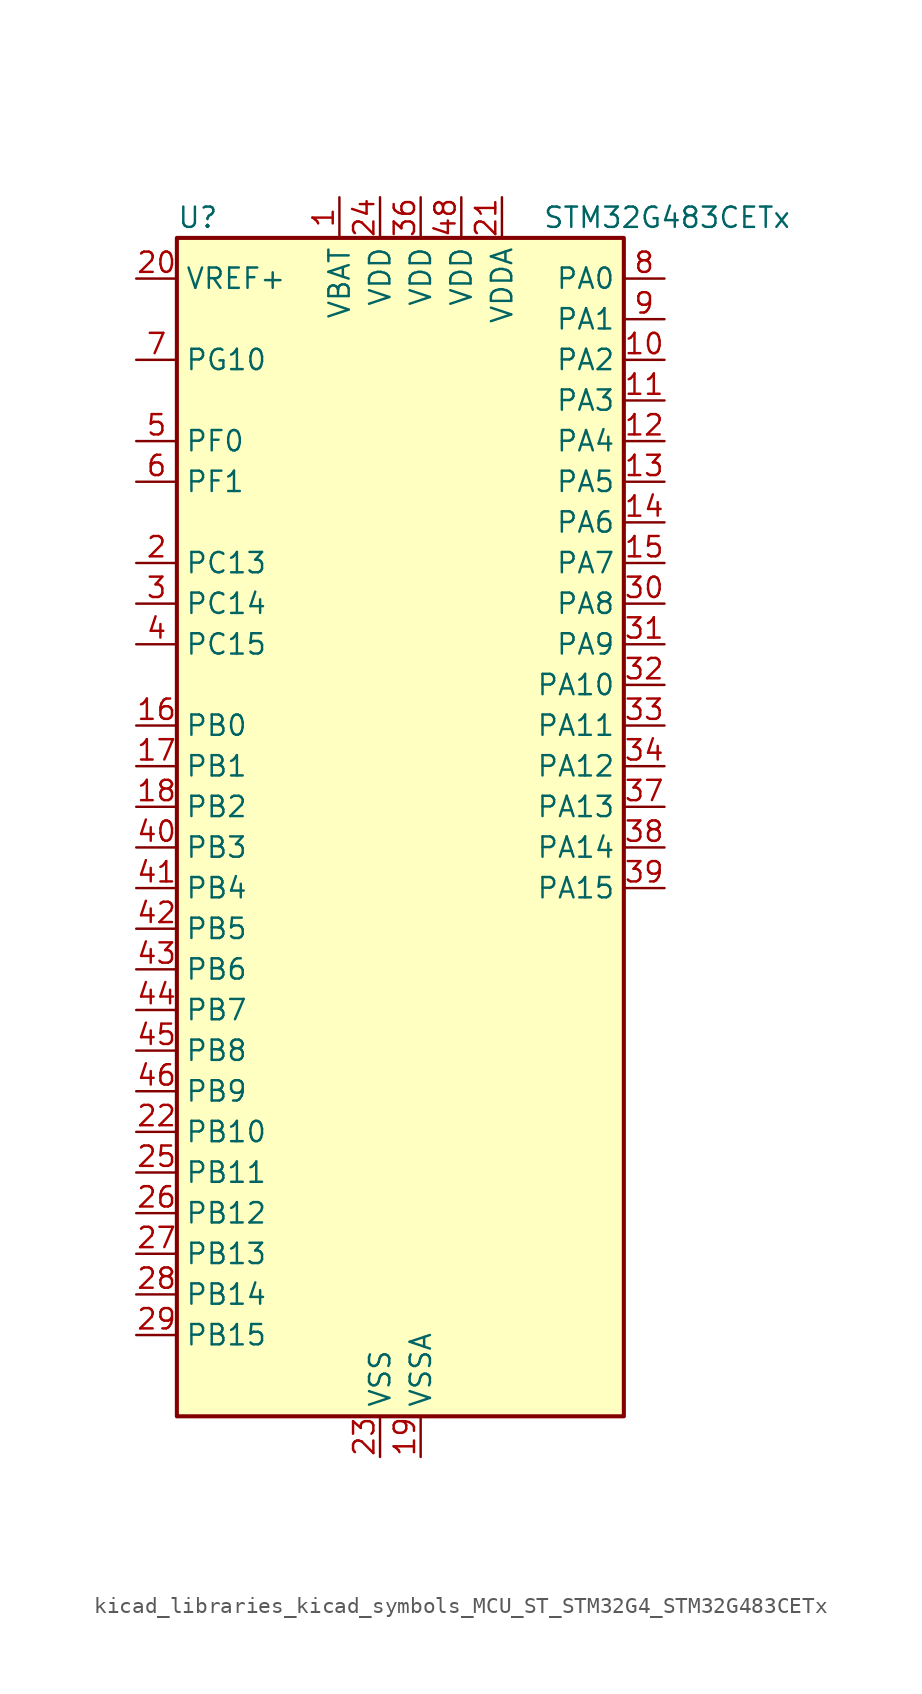
<source format=kicad_sym>
(kicad_symbol_lib
  (version 20220914)
  (generator kicad_symbol_editor)
  (symbol "kicad_libraries_kicad_symbols_MCU_ST_STM32G4_STM32G483CETx"
    (property "Reference" "U"
      (at -12.7 39.37 0)
      (effects (font (size 1.27 1.27)) (justify left)))
    (property "Value" "STM32G483CETx"
      (at 10.16 39.37 0)
      (effects (font (size 1.27 1.27)) (justify left)))
    (property "ki_locked" ""
      (at 0 0 0)
      (effects (font (size 1.27 1.27))))
    (symbol "kicad_libraries_kicad_symbols_MCU_ST_STM32G4_STM32G483CETx_0_1"
      (rectangle (start -12.7 -35.56) (end 15.24 38.1) (stroke (width 0.254) (type default)) (fill (type background))))
    (symbol "kicad_libraries_kicad_symbols_MCU_ST_STM32G4_STM32G483CETx_1_1"
      (pin power_in line (at -2.54 40.64 270) (length 2.54) (name "VBAT" (effects (font (size 1.27 1.27)))) (number "1" (effects (font (size 1.27 1.27)))))
      (pin bidirectional line (at 17.78 30.48 180) (length 2.54) (name "PA2" (effects (font (size 1.27 1.27)))) (number "10" (effects (font (size 1.27 1.27)))) (alternate "ADC1_IN3" bidirectional line) (alternate "ADC3_EXTI2" bidirectional line) (alternate "ADC4_EXTI2" bidirectional line) (alternate "ADC5_EXTI2" bidirectional line) (alternate "COMP2_INM" bidirectional line) (alternate "COMP2_OUT" bidirectional line) (alternate "LPUART1_TX" bidirectional line) (alternate "OPAMP1_VOUT" bidirectional line) (alternate "QUADSPI1_BK1_NCS" bidirectional line) (alternate "RCC_LSCO" bidirectional line) (alternate "SYS_WKUP4" bidirectional line) (alternate "TIM15_CH1" bidirectional line) (alternate "TIM2_CH3" bidirectional line) (alternate "TIM5_CH3" bidirectional line) (alternate "UCPD1_FRSTX1" bidirectional line) (alternate "UCPD1_FRSTX2" bidirectional line) (alternate "USART2_TX" bidirectional line))
      (pin bidirectional line (at 17.78 27.94 180) (length 2.54) (name "PA3" (effects (font (size 1.27 1.27)))) (number "11" (effects (font (size 1.27 1.27)))) (alternate "ADC1_IN4" bidirectional line) (alternate "ADC3_EXTI3" bidirectional line) (alternate "ADC4_EXTI3" bidirectional line) (alternate "ADC5_EXTI3" bidirectional line) (alternate "COMP2_INP" bidirectional line) (alternate "LPUART1_RX" bidirectional line) (alternate "OPAMP1_VINM" bidirectional line) (alternate "OPAMP1_VINM0" bidirectional line) (alternate "OPAMP1_VINM_SEC" bidirectional line) (alternate "OPAMP1_VINP" bidirectional line) (alternate "OPAMP1_VINP_SEC" bidirectional line) (alternate "OPAMP5_VINM" bidirectional line) (alternate "OPAMP5_VINM1" bidirectional line) (alternate "OPAMP5_VINM_SEC" bidirectional line) (alternate "QUADSPI1_CLK" bidirectional line) (alternate "SAI1_CK1" bidirectional line) (alternate "SAI1_MCLK_A" bidirectional line) (alternate "TIM15_CH2" bidirectional line) (alternate "TIM2_CH4" bidirectional line) (alternate "TIM5_CH4" bidirectional line) (alternate "USART2_RX" bidirectional line))
      (pin bidirectional line (at 17.78 25.4 180) (length 2.54) (name "PA4" (effects (font (size 1.27 1.27)))) (number "12" (effects (font (size 1.27 1.27)))) (alternate "ADC2_IN17" bidirectional line) (alternate "COMP1_INM" bidirectional line) (alternate "DAC1_OUT1" bidirectional line) (alternate "I2S3_WS" bidirectional line) (alternate "SAI1_FS_B" bidirectional line) (alternate "SPI1_NSS" bidirectional line) (alternate "SPI3_NSS" bidirectional line) (alternate "TIM3_CH2" bidirectional line) (alternate "USART2_CK" bidirectional line))
      (pin bidirectional line (at 17.78 22.86 180) (length 2.54) (name "PA5" (effects (font (size 1.27 1.27)))) (number "13" (effects (font (size 1.27 1.27)))) (alternate "ADC2_IN13" bidirectional line) (alternate "COMP2_INM" bidirectional line) (alternate "DAC1_OUT2" bidirectional line) (alternate "OPAMP2_VINM" bidirectional line) (alternate "OPAMP2_VINM0" bidirectional line) (alternate "OPAMP2_VINM_SEC" bidirectional line) (alternate "SPI1_SCK" bidirectional line) (alternate "TIM2_CH1" bidirectional line) (alternate "TIM2_ETR" bidirectional line) (alternate "UCPD1_FRSTX1" bidirectional line) (alternate "UCPD1_FRSTX2" bidirectional line))
      (pin bidirectional line (at 17.78 20.32 180) (length 2.54) (name "PA6" (effects (font (size 1.27 1.27)))) (number "14" (effects (font (size 1.27 1.27)))) (alternate "ADC2_IN3" bidirectional line) (alternate "COMP1_OUT" bidirectional line) (alternate "DAC2_OUT1" bidirectional line) (alternate "LPUART1_CTS" bidirectional line) (alternate "OPAMP2_VOUT" bidirectional line) (alternate "QUADSPI1_BK1_IO3" bidirectional line) (alternate "SPI1_MISO" bidirectional line) (alternate "TIM16_CH1" bidirectional line) (alternate "TIM1_BKIN" bidirectional line) (alternate "TIM3_CH1" bidirectional line) (alternate "TIM8_BKIN" bidirectional line))
      (pin bidirectional line (at 17.78 17.78 180) (length 2.54) (name "PA7" (effects (font (size 1.27 1.27)))) (number "15" (effects (font (size 1.27 1.27)))) (alternate "ADC2_IN4" bidirectional line) (alternate "COMP2_INP" bidirectional line) (alternate "COMP2_OUT" bidirectional line) (alternate "OPAMP1_VINP" bidirectional line) (alternate "OPAMP1_VINP_SEC" bidirectional line) (alternate "OPAMP2_VINP" bidirectional line) (alternate "OPAMP2_VINP_SEC" bidirectional line) (alternate "QUADSPI1_BK1_IO2" bidirectional line) (alternate "SPI1_MOSI" bidirectional line) (alternate "TIM17_CH1" bidirectional line) (alternate "TIM1_CH1N" bidirectional line) (alternate "TIM3_CH2" bidirectional line) (alternate "TIM8_CH1N" bidirectional line) (alternate "UCPD1_FRSTX1" bidirectional line) (alternate "UCPD1_FRSTX2" bidirectional line))
      (pin bidirectional line (at -15.24 7.62 0) (length 2.54) (name "PB0" (effects (font (size 1.27 1.27)))) (number "16" (effects (font (size 1.27 1.27)))) (alternate "ADC1_IN15" bidirectional line) (alternate "ADC3_IN12" bidirectional line) (alternate "COMP4_INP" bidirectional line) (alternate "OPAMP2_VINP" bidirectional line) (alternate "OPAMP2_VINP_SEC" bidirectional line) (alternate "OPAMP3_VINP" bidirectional line) (alternate "OPAMP3_VINP_SEC" bidirectional line) (alternate "QUADSPI1_BK1_IO1" bidirectional line) (alternate "TIM1_CH2N" bidirectional line) (alternate "TIM3_CH3" bidirectional line) (alternate "TIM8_CH2N" bidirectional line) (alternate "UCPD1_FRSTX1" bidirectional line) (alternate "UCPD1_FRSTX2" bidirectional line))
      (pin bidirectional line (at -15.24 5.08 0) (length 2.54) (name "PB1" (effects (font (size 1.27 1.27)))) (number "17" (effects (font (size 1.27 1.27)))) (alternate "ADC1_IN12" bidirectional line) (alternate "ADC3_IN1" bidirectional line) (alternate "COMP1_INP" bidirectional line) (alternate "COMP4_OUT" bidirectional line) (alternate "LPUART1_DE" bidirectional line) (alternate "LPUART1_RTS" bidirectional line) (alternate "OPAMP3_VOUT" bidirectional line) (alternate "OPAMP6_VINM" bidirectional line) (alternate "OPAMP6_VINM1" bidirectional line) (alternate "OPAMP6_VINM_SEC" bidirectional line) (alternate "QUADSPI1_BK1_IO0" bidirectional line) (alternate "TIM1_CH3N" bidirectional line) (alternate "TIM3_CH4" bidirectional line) (alternate "TIM8_CH3N" bidirectional line))
      (pin bidirectional line (at -15.24 2.54 0) (length 2.54) (name "PB2" (effects (font (size 1.27 1.27)))) (number "18" (effects (font (size 1.27 1.27)))) (alternate "ADC2_IN12" bidirectional line) (alternate "ADC3_EXTI2" bidirectional line) (alternate "ADC4_EXTI2" bidirectional line) (alternate "ADC5_EXTI2" bidirectional line) (alternate "COMP4_INM" bidirectional line) (alternate "I2C3_SMBA" bidirectional line) (alternate "LPTIM1_OUT" bidirectional line) (alternate "OPAMP3_VINM" bidirectional line) (alternate "OPAMP3_VINM0" bidirectional line) (alternate "OPAMP3_VINM_SEC" bidirectional line) (alternate "QUADSPI1_BK2_IO1" bidirectional line) (alternate "RTC_OUT2" bidirectional line) (alternate "TIM20_CH1" bidirectional line) (alternate "TIM5_CH1" bidirectional line))
      (pin power_in line (at 2.54 -38.1 90) (length 2.54) (name "VSSA" (effects (font (size 1.27 1.27)))) (number "19" (effects (font (size 1.27 1.27)))))
      (pin bidirectional line (at -15.24 17.78 0) (length 2.54) (name "PC13" (effects (font (size 1.27 1.27)))) (number "2" (effects (font (size 1.27 1.27)))) (alternate "RTC_OUT1" bidirectional line) (alternate "RTC_TAMP1" bidirectional line) (alternate "RTC_TS" bidirectional line) (alternate "SYS_WKUP2" bidirectional line) (alternate "TIM1_BKIN" bidirectional line) (alternate "TIM1_CH1N" bidirectional line) (alternate "TIM8_CH4N" bidirectional line))
      (pin input line (at -15.24 35.56 0) (length 2.54) (name "VREF+" (effects (font (size 1.27 1.27)))) (number "20" (effects (font (size 1.27 1.27)))) (alternate "VREFBUF_OUT" bidirectional line))
      (pin power_in line (at 7.62 40.64 270) (length 2.54) (name "VDDA" (effects (font (size 1.27 1.27)))) (number "21" (effects (font (size 1.27 1.27)))))
      (pin bidirectional line (at -15.24 -17.78 0) (length 2.54) (name "PB10" (effects (font (size 1.27 1.27)))) (number "22" (effects (font (size 1.27 1.27)))) (alternate "COMP5_INM" bidirectional line) (alternate "DAC1_EXTI10" bidirectional line) (alternate "DAC2_EXTI10" bidirectional line) (alternate "DAC3_EXTI10" bidirectional line) (alternate "DAC4_EXTI10" bidirectional line) (alternate "LPUART1_RX" bidirectional line) (alternate "OPAMP3_VINM" bidirectional line) (alternate "OPAMP3_VINM1" bidirectional line) (alternate "OPAMP3_VINM_SEC" bidirectional line) (alternate "OPAMP4_VINM" bidirectional line) (alternate "OPAMP4_VINM0" bidirectional line) (alternate "OPAMP4_VINM_SEC" bidirectional line) (alternate "QUADSPI1_CLK" bidirectional line) (alternate "SAI1_SCK_A" bidirectional line) (alternate "TIM1_BKIN" bidirectional line) (alternate "TIM2_CH3" bidirectional line) (alternate "USART3_TX" bidirectional line))
      (pin power_in line (at 0 -38.1 90) (length 2.54) (name "VSS" (effects (font (size 1.27 1.27)))) (number "23" (effects (font (size 1.27 1.27)))))
      (pin power_in line (at 0 40.64 270) (length 2.54) (name "VDD" (effects (font (size 1.27 1.27)))) (number "24" (effects (font (size 1.27 1.27)))))
      (pin bidirectional line (at -15.24 -20.32 0) (length 2.54) (name "PB11" (effects (font (size 1.27 1.27)))) (number "25" (effects (font (size 1.27 1.27)))) (alternate "ADC1_EXTI11" bidirectional line) (alternate "ADC1_IN14" bidirectional line) (alternate "ADC2_EXTI11" bidirectional line) (alternate "ADC2_IN14" bidirectional line) (alternate "COMP6_INP" bidirectional line) (alternate "LPUART1_TX" bidirectional line) (alternate "OPAMP4_VINP" bidirectional line) (alternate "OPAMP4_VINP_SEC" bidirectional line) (alternate "OPAMP6_VOUT" bidirectional line) (alternate "QUADSPI1_BK1_NCS" bidirectional line) (alternate "TIM2_CH4" bidirectional line) (alternate "USART3_RX" bidirectional line))
      (pin bidirectional line (at -15.24 -22.86 0) (length 2.54) (name "PB12" (effects (font (size 1.27 1.27)))) (number "26" (effects (font (size 1.27 1.27)))) (alternate "ADC1_IN11" bidirectional line) (alternate "ADC4_IN3" bidirectional line) (alternate "COMP7_INM" bidirectional line) (alternate "FDCAN2_RX" bidirectional line) (alternate "I2C2_SMBA" bidirectional line) (alternate "I2S2_WS" bidirectional line) (alternate "LPUART1_DE" bidirectional line) (alternate "LPUART1_RTS" bidirectional line) (alternate "OPAMP4_VOUT" bidirectional line) (alternate "OPAMP6_VINP" bidirectional line) (alternate "OPAMP6_VINP_SEC" bidirectional line) (alternate "SPI2_NSS" bidirectional line) (alternate "TIM1_BKIN" bidirectional line) (alternate "TIM5_ETR" bidirectional line) (alternate "USART3_CK" bidirectional line))
      (pin bidirectional line (at -15.24 -25.4 0) (length 2.54) (name "PB13" (effects (font (size 1.27 1.27)))) (number "27" (effects (font (size 1.27 1.27)))) (alternate "ADC3_IN5" bidirectional line) (alternate "COMP5_INP" bidirectional line) (alternate "FDCAN2_TX" bidirectional line) (alternate "I2S2_CK" bidirectional line) (alternate "LPUART1_CTS" bidirectional line) (alternate "OPAMP3_VINP" bidirectional line) (alternate "OPAMP3_VINP_SEC" bidirectional line) (alternate "OPAMP4_VINP" bidirectional line) (alternate "OPAMP4_VINP_SEC" bidirectional line) (alternate "OPAMP6_VINP" bidirectional line) (alternate "OPAMP6_VINP_SEC" bidirectional line) (alternate "SPI2_SCK" bidirectional line) (alternate "TIM1_CH1N" bidirectional line) (alternate "USART3_CTS" bidirectional line) (alternate "USART3_NSS" bidirectional line))
      (pin bidirectional line (at -15.24 -27.94 0) (length 2.54) (name "PB14" (effects (font (size 1.27 1.27)))) (number "28" (effects (font (size 1.27 1.27)))) (alternate "ADC1_IN5" bidirectional line) (alternate "ADC4_IN4" bidirectional line) (alternate "COMP4_OUT" bidirectional line) (alternate "COMP7_INP" bidirectional line) (alternate "OPAMP2_VINP" bidirectional line) (alternate "OPAMP2_VINP_SEC" bidirectional line) (alternate "OPAMP5_VINP" bidirectional line) (alternate "OPAMP5_VINP_SEC" bidirectional line) (alternate "SPI2_MISO" bidirectional line) (alternate "TIM15_CH1" bidirectional line) (alternate "TIM1_CH2N" bidirectional line) (alternate "USART3_DE" bidirectional line) (alternate "USART3_RTS" bidirectional line))
      (pin bidirectional line (at -15.24 -30.48 0) (length 2.54) (name "PB15" (effects (font (size 1.27 1.27)))) (number "29" (effects (font (size 1.27 1.27)))) (alternate "ADC1_EXTI15" bidirectional line) (alternate "ADC2_EXTI15" bidirectional line) (alternate "ADC2_IN15" bidirectional line) (alternate "ADC4_IN5" bidirectional line) (alternate "COMP3_OUT" bidirectional line) (alternate "COMP6_INM" bidirectional line) (alternate "I2S2_SD" bidirectional line) (alternate "OPAMP5_VINM" bidirectional line) (alternate "OPAMP5_VINM0" bidirectional line) (alternate "OPAMP5_VINM_SEC" bidirectional line) (alternate "RTC_REFIN" bidirectional line) (alternate "SPI2_MOSI" bidirectional line) (alternate "TIM15_CH1N" bidirectional line) (alternate "TIM15_CH2" bidirectional line) (alternate "TIM1_CH3N" bidirectional line))
      (pin bidirectional line (at -15.24 15.24 0) (length 2.54) (name "PC14" (effects (font (size 1.27 1.27)))) (number "3" (effects (font (size 1.27 1.27)))) (alternate "RCC_OSC32_IN" bidirectional line))
      (pin bidirectional line (at 17.78 15.24 180) (length 2.54) (name "PA8" (effects (font (size 1.27 1.27)))) (number "30" (effects (font (size 1.27 1.27)))) (alternate "ADC5_IN1" bidirectional line) (alternate "COMP7_OUT" bidirectional line) (alternate "FDCAN3_RX" bidirectional line) (alternate "I2C2_SDA" bidirectional line) (alternate "I2C3_SCL" bidirectional line) (alternate "I2S2_MCK" bidirectional line) (alternate "OPAMP5_VOUT" bidirectional line) (alternate "RCC_MCO" bidirectional line) (alternate "SAI1_CK2" bidirectional line) (alternate "SAI1_SCK_A" bidirectional line) (alternate "TIM1_CH1" bidirectional line) (alternate "TIM4_ETR" bidirectional line) (alternate "USART1_CK" bidirectional line))
      (pin bidirectional line (at 17.78 12.7 180) (length 2.54) (name "PA9" (effects (font (size 1.27 1.27)))) (number "31" (effects (font (size 1.27 1.27)))) (alternate "ADC5_IN2" bidirectional line) (alternate "COMP5_OUT" bidirectional line) (alternate "DAC1_EXTI9" bidirectional line) (alternate "DAC2_EXTI9" bidirectional line) (alternate "DAC3_EXTI9" bidirectional line) (alternate "DAC4_EXTI9" bidirectional line) (alternate "I2C2_SCL" bidirectional line) (alternate "I2C3_SMBA" bidirectional line) (alternate "I2S3_MCK" bidirectional line) (alternate "SAI1_FS_A" bidirectional line) (alternate "TIM15_BKIN" bidirectional line) (alternate "TIM1_CH2" bidirectional line) (alternate "TIM2_CH3" bidirectional line) (alternate "UCPD1_DBCC1" bidirectional line) (alternate "USART1_TX" bidirectional line))
      (pin bidirectional line (at 17.78 10.16 180) (length 2.54) (name "PA10" (effects (font (size 1.27 1.27)))) (number "32" (effects (font (size 1.27 1.27)))) (alternate "COMP6_OUT" bidirectional line) (alternate "CRS_SYNC" bidirectional line) (alternate "DAC1_EXTI10" bidirectional line) (alternate "DAC2_EXTI10" bidirectional line) (alternate "DAC3_EXTI10" bidirectional line) (alternate "DAC4_EXTI10" bidirectional line) (alternate "I2C2_SMBA" bidirectional line) (alternate "SAI1_D1" bidirectional line) (alternate "SAI1_SD_A" bidirectional line) (alternate "SPI2_MISO" bidirectional line) (alternate "TIM17_BKIN" bidirectional line) (alternate "TIM1_CH3" bidirectional line) (alternate "TIM2_CH4" bidirectional line) (alternate "TIM8_BKIN" bidirectional line) (alternate "UCPD1_DBCC2" bidirectional line) (alternate "USART1_RX" bidirectional line))
      (pin bidirectional line (at 17.78 7.62 180) (length 2.54) (name "PA11" (effects (font (size 1.27 1.27)))) (number "33" (effects (font (size 1.27 1.27)))) (alternate "ADC1_EXTI11" bidirectional line) (alternate "ADC2_EXTI11" bidirectional line) (alternate "COMP1_OUT" bidirectional line) (alternate "FDCAN1_RX" bidirectional line) (alternate "I2S2_SD" bidirectional line) (alternate "SPI2_MOSI" bidirectional line) (alternate "TIM1_BKIN2" bidirectional line) (alternate "TIM1_CH1N" bidirectional line) (alternate "TIM1_CH4" bidirectional line) (alternate "TIM4_CH1" bidirectional line) (alternate "USART1_CTS" bidirectional line) (alternate "USART1_NSS" bidirectional line) (alternate "USB_DM" bidirectional line))
      (pin bidirectional line (at 17.78 5.08 180) (length 2.54) (name "PA12" (effects (font (size 1.27 1.27)))) (number "34" (effects (font (size 1.27 1.27)))) (alternate "COMP2_OUT" bidirectional line) (alternate "FDCAN1_TX" bidirectional line) (alternate "I2S_CKIN" bidirectional line) (alternate "TIM16_CH1" bidirectional line) (alternate "TIM1_CH2N" bidirectional line) (alternate "TIM1_ETR" bidirectional line) (alternate "TIM4_CH2" bidirectional line) (alternate "USART1_DE" bidirectional line) (alternate "USART1_RTS" bidirectional line) (alternate "USB_DP" bidirectional line))
      (pin passive line (at 0 -38.1 90) (length 2.54) hide (name "VSS" (effects (font (size 1.27 1.27)))) (number "35" (effects (font (size 1.27 1.27)))))
      (pin power_in line (at 2.54 40.64 270) (length 2.54) (name "VDD" (effects (font (size 1.27 1.27)))) (number "36" (effects (font (size 1.27 1.27)))))
      (pin bidirectional line (at 17.78 2.54 180) (length 2.54) (name "PA13" (effects (font (size 1.27 1.27)))) (number "37" (effects (font (size 1.27 1.27)))) (alternate "I2C1_SCL" bidirectional line) (alternate "I2C4_SCL" bidirectional line) (alternate "IR_OUT" bidirectional line) (alternate "SAI1_SD_B" bidirectional line) (alternate "SYS_JTMS-SWDIO" bidirectional line) (alternate "TIM16_CH1N" bidirectional line) (alternate "TIM4_CH3" bidirectional line) (alternate "USART3_CTS" bidirectional line) (alternate "USART3_NSS" bidirectional line))
      (pin bidirectional line (at 17.78 0 180) (length 2.54) (name "PA14" (effects (font (size 1.27 1.27)))) (number "38" (effects (font (size 1.27 1.27)))) (alternate "I2C1_SDA" bidirectional line) (alternate "I2C4_SMBA" bidirectional line) (alternate "LPTIM1_OUT" bidirectional line) (alternate "SAI1_FS_B" bidirectional line) (alternate "SYS_JTCK-SWCLK" bidirectional line) (alternate "TIM1_BKIN" bidirectional line) (alternate "TIM8_CH2" bidirectional line) (alternate "USART2_TX" bidirectional line))
      (pin bidirectional line (at 17.78 -2.54 180) (length 2.54) (name "PA15" (effects (font (size 1.27 1.27)))) (number "39" (effects (font (size 1.27 1.27)))) (alternate "ADC1_EXTI15" bidirectional line) (alternate "ADC2_EXTI15" bidirectional line) (alternate "FDCAN3_TX" bidirectional line) (alternate "I2C1_SCL" bidirectional line) (alternate "I2S3_WS" bidirectional line) (alternate "SPI1_NSS" bidirectional line) (alternate "SPI3_NSS" bidirectional line) (alternate "SYS_JTDI" bidirectional line) (alternate "TIM1_BKIN" bidirectional line) (alternate "TIM2_CH1" bidirectional line) (alternate "TIM2_ETR" bidirectional line) (alternate "TIM8_CH1" bidirectional line) (alternate "USART2_RX" bidirectional line))
      (pin bidirectional line (at -15.24 12.7 0) (length 2.54) (name "PC15" (effects (font (size 1.27 1.27)))) (number "4" (effects (font (size 1.27 1.27)))) (alternate "ADC1_EXTI15" bidirectional line) (alternate "ADC2_EXTI15" bidirectional line) (alternate "RCC_OSC32_OUT" bidirectional line))
      (pin bidirectional line (at -15.24 0 0) (length 2.54) (name "PB3" (effects (font (size 1.27 1.27)))) (number "40" (effects (font (size 1.27 1.27)))) (alternate "ADC3_EXTI3" bidirectional line) (alternate "ADC4_EXTI3" bidirectional line) (alternate "ADC5_EXTI3" bidirectional line) (alternate "CRS_SYNC" bidirectional line) (alternate "FDCAN3_RX" bidirectional line) (alternate "I2S3_CK" bidirectional line) (alternate "SAI1_SCK_B" bidirectional line) (alternate "SPI1_SCK" bidirectional line) (alternate "SPI3_SCK" bidirectional line) (alternate "SYS_JTDO-SWO" bidirectional line) (alternate "TIM2_CH2" bidirectional line) (alternate "TIM3_ETR" bidirectional line) (alternate "TIM4_ETR" bidirectional line) (alternate "TIM8_CH1N" bidirectional line) (alternate "USART2_TX" bidirectional line))
      (pin bidirectional line (at -15.24 -2.54 0) (length 2.54) (name "PB4" (effects (font (size 1.27 1.27)))) (number "41" (effects (font (size 1.27 1.27)))) (alternate "FDCAN3_TX" bidirectional line) (alternate "SAI1_MCLK_B" bidirectional line) (alternate "SPI1_MISO" bidirectional line) (alternate "SPI3_MISO" bidirectional line) (alternate "SYS_JTRST" bidirectional line) (alternate "TIM16_CH1" bidirectional line) (alternate "TIM17_BKIN" bidirectional line) (alternate "TIM3_CH1" bidirectional line) (alternate "TIM8_CH2N" bidirectional line) (alternate "UCPD1_CC2" bidirectional line) (alternate "USART2_RX" bidirectional line))
      (pin bidirectional line (at -15.24 -5.08 0) (length 2.54) (name "PB5" (effects (font (size 1.27 1.27)))) (number "42" (effects (font (size 1.27 1.27)))) (alternate "FDCAN2_RX" bidirectional line) (alternate "I2C1_SMBA" bidirectional line) (alternate "I2C3_SDA" bidirectional line) (alternate "I2S3_SD" bidirectional line) (alternate "LPTIM1_IN1" bidirectional line) (alternate "SAI1_SD_B" bidirectional line) (alternate "SPI1_MOSI" bidirectional line) (alternate "SPI3_MOSI" bidirectional line) (alternate "TIM16_BKIN" bidirectional line) (alternate "TIM17_CH1" bidirectional line) (alternate "TIM3_CH2" bidirectional line) (alternate "TIM8_CH3N" bidirectional line) (alternate "USART2_CK" bidirectional line))
      (pin bidirectional line (at -15.24 -7.62 0) (length 2.54) (name "PB6" (effects (font (size 1.27 1.27)))) (number "43" (effects (font (size 1.27 1.27)))) (alternate "COMP4_OUT" bidirectional line) (alternate "FDCAN2_TX" bidirectional line) (alternate "LPTIM1_ETR" bidirectional line) (alternate "SAI1_FS_B" bidirectional line) (alternate "TIM16_CH1N" bidirectional line) (alternate "TIM4_CH1" bidirectional line) (alternate "TIM8_BKIN2" bidirectional line) (alternate "TIM8_CH1" bidirectional line) (alternate "TIM8_ETR" bidirectional line) (alternate "UCPD1_CC1" bidirectional line) (alternate "USART1_TX" bidirectional line))
      (pin bidirectional line (at -15.24 -10.16 0) (length 2.54) (name "PB7" (effects (font (size 1.27 1.27)))) (number "44" (effects (font (size 1.27 1.27)))) (alternate "COMP3_OUT" bidirectional line) (alternate "I2C1_SDA" bidirectional line) (alternate "I2C4_SDA" bidirectional line) (alternate "LPTIM1_IN2" bidirectional line) (alternate "SYS_PVD_IN" bidirectional line) (alternate "TIM17_CH1N" bidirectional line) (alternate "TIM3_CH4" bidirectional line) (alternate "TIM4_CH2" bidirectional line) (alternate "TIM8_BKIN" bidirectional line) (alternate "USART1_RX" bidirectional line))
      (pin bidirectional line (at -15.24 -12.7 0) (length 2.54) (name "PB8" (effects (font (size 1.27 1.27)))) (number "45" (effects (font (size 1.27 1.27)))) (alternate "COMP1_OUT" bidirectional line) (alternate "FDCAN1_RX" bidirectional line) (alternate "I2C1_SCL" bidirectional line) (alternate "SAI1_CK1" bidirectional line) (alternate "SAI1_MCLK_A" bidirectional line) (alternate "TIM16_CH1" bidirectional line) (alternate "TIM1_BKIN" bidirectional line) (alternate "TIM4_CH3" bidirectional line) (alternate "TIM8_CH2" bidirectional line) (alternate "USART3_RX" bidirectional line))
      (pin bidirectional line (at -15.24 -15.24 0) (length 2.54) (name "PB9" (effects (font (size 1.27 1.27)))) (number "46" (effects (font (size 1.27 1.27)))) (alternate "COMP2_OUT" bidirectional line) (alternate "DAC1_EXTI9" bidirectional line) (alternate "DAC2_EXTI9" bidirectional line) (alternate "DAC3_EXTI9" bidirectional line) (alternate "DAC4_EXTI9" bidirectional line) (alternate "FDCAN1_TX" bidirectional line) (alternate "I2C1_SDA" bidirectional line) (alternate "IR_OUT" bidirectional line) (alternate "SAI1_D2" bidirectional line) (alternate "SAI1_FS_A" bidirectional line) (alternate "TIM17_CH1" bidirectional line) (alternate "TIM1_CH3N" bidirectional line) (alternate "TIM4_CH4" bidirectional line) (alternate "TIM8_CH3" bidirectional line) (alternate "USART3_TX" bidirectional line))
      (pin passive line (at 0 -38.1 90) (length 2.54) hide (name "VSS" (effects (font (size 1.27 1.27)))) (number "47" (effects (font (size 1.27 1.27)))))
      (pin power_in line (at 5.08 40.64 270) (length 2.54) (name "VDD" (effects (font (size 1.27 1.27)))) (number "48" (effects (font (size 1.27 1.27)))))
      (pin bidirectional line (at -15.24 25.4 0) (length 2.54) (name "PF0" (effects (font (size 1.27 1.27)))) (number "5" (effects (font (size 1.27 1.27)))) (alternate "ADC1_IN10" bidirectional line) (alternate "I2C2_SDA" bidirectional line) (alternate "I2S2_WS" bidirectional line) (alternate "RCC_OSC_IN" bidirectional line) (alternate "SPI2_NSS" bidirectional line) (alternate "TIM1_CH3N" bidirectional line))
      (pin bidirectional line (at -15.24 22.86 0) (length 2.54) (name "PF1" (effects (font (size 1.27 1.27)))) (number "6" (effects (font (size 1.27 1.27)))) (alternate "ADC2_IN10" bidirectional line) (alternate "COMP3_INM" bidirectional line) (alternate "I2S2_CK" bidirectional line) (alternate "RCC_OSC_OUT" bidirectional line) (alternate "SPI2_SCK" bidirectional line))
      (pin bidirectional line (at -15.24 30.48 0) (length 2.54) (name "PG10" (effects (font (size 1.27 1.27)))) (number "7" (effects (font (size 1.27 1.27)))) (alternate "DAC1_EXTI10" bidirectional line) (alternate "DAC2_EXTI10" bidirectional line) (alternate "DAC3_EXTI10" bidirectional line) (alternate "DAC4_EXTI10" bidirectional line) (alternate "RCC_MCO" bidirectional line))
      (pin bidirectional line (at 17.78 35.56 180) (length 2.54) (name "PA0" (effects (font (size 1.27 1.27)))) (number "8" (effects (font (size 1.27 1.27)))) (alternate "ADC1_IN1" bidirectional line) (alternate "ADC2_IN1" bidirectional line) (alternate "COMP1_INM" bidirectional line) (alternate "COMP1_OUT" bidirectional line) (alternate "COMP3_INP" bidirectional line) (alternate "RTC_TAMP2" bidirectional line) (alternate "SYS_WKUP1" bidirectional line) (alternate "TIM2_CH1" bidirectional line) (alternate "TIM2_ETR" bidirectional line) (alternate "TIM5_CH1" bidirectional line) (alternate "TIM8_BKIN" bidirectional line) (alternate "TIM8_ETR" bidirectional line) (alternate "USART2_CTS" bidirectional line) (alternate "USART2_NSS" bidirectional line))
      (pin bidirectional line (at 17.78 33.02 180) (length 2.54) (name "PA1" (effects (font (size 1.27 1.27)))) (number "9" (effects (font (size 1.27 1.27)))) (alternate "ADC1_IN2" bidirectional line) (alternate "ADC2_IN2" bidirectional line) (alternate "COMP1_INP" bidirectional line) (alternate "OPAMP1_VINP" bidirectional line) (alternate "OPAMP1_VINP_SEC" bidirectional line) (alternate "OPAMP3_VINP" bidirectional line) (alternate "OPAMP3_VINP_SEC" bidirectional line) (alternate "OPAMP6_VINM" bidirectional line) (alternate "OPAMP6_VINM0" bidirectional line) (alternate "OPAMP6_VINM_SEC" bidirectional line) (alternate "RTC_REFIN" bidirectional line) (alternate "TIM15_CH1N" bidirectional line) (alternate "TIM2_CH2" bidirectional line) (alternate "TIM5_CH2" bidirectional line) (alternate "USART2_DE" bidirectional line) (alternate "USART2_RTS" bidirectional line)))))
</source>
